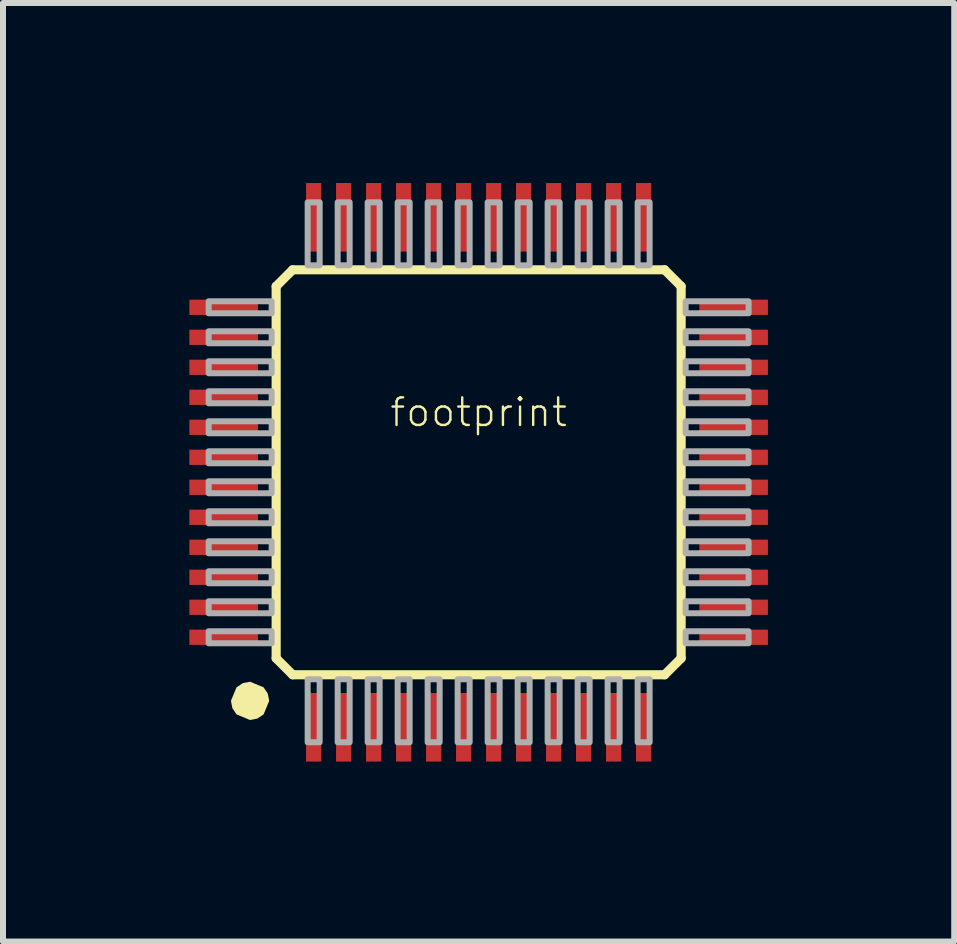
<source format=kicad_pcb>
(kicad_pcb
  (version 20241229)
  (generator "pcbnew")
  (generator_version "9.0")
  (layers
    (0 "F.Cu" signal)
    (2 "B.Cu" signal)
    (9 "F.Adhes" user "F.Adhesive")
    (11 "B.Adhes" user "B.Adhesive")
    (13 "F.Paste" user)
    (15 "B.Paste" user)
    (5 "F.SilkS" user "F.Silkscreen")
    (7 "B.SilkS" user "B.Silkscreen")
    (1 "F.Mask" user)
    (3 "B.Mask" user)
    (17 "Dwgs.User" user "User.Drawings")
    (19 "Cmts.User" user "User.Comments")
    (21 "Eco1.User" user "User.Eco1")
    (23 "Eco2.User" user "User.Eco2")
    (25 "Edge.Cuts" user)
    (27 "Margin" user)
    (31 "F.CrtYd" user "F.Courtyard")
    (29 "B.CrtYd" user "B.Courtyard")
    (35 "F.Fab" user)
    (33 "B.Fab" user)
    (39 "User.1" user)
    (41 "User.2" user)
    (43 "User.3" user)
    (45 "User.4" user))
  (footprint "footprint"
    (layer "F.Cu")
    (at 4.928 4.822)
    (property "Reference" "footprint" (at 0 -1 0) (layer "F.SilkS") (effects (font (size 0.46 0.46) (thickness 0.04))))
    (fp_line (start -3.375 -3.1) (end -3.1 -3.375) (stroke (width 0.152) (type solid)) (layer "F.SilkS"))
    (fp_line (start -3.375 3.1) (end -3.375 -3.1) (stroke (width 0.152) (type solid)) (layer "F.SilkS"))
    (fp_line (start -3.1 -3.375) (end 3.1 -3.375) (stroke (width 0.152) (type solid)) (layer "F.SilkS"))
    (fp_line (start -3.1 3.375) (end -3.375 3.1) (stroke (width 0.152) (type solid)) (layer "F.SilkS"))
    (fp_line (start 3.1 -3.375) (end 3.375 -3.1) (stroke (width 0.152) (type solid)) (layer "F.SilkS"))
    (fp_line (start 3.1 3.375) (end -3.1 3.375) (stroke (width 0.152) (type solid)) (layer "F.SilkS"))
    (fp_line (start 3.375 -3.1) (end 3.375 3.1) (stroke (width 0.152) (type solid)) (layer "F.SilkS"))
    (fp_line (start 3.375 3.1) (end 3.1 3.375) (stroke (width 0.152) (type solid)) (layer "F.SilkS"))
    (fp_poly (pts (xy -3.585 3.584) (xy -3.515 3.688) (xy -3.491 3.81) (xy -3.584 4.035) (xy -3.688 4.105) (xy -3.81 4.129) (xy -4.035 4.036) (xy -4.105 3.932) (xy -4.129 3.81) (xy -4.036 3.585) (xy -3.932 3.515) (xy -3.81 3.491)) (stroke (width 0) (type solid)) (fill yes) (layer "F.SilkS"))
    (fp_poly (pts (xy -4.5 -2.65) (xy -3.45 -2.65) (xy -3.45 -2.85) (xy -4.5 -2.85)) (stroke (width 0.1) (type solid)) (fill no) (layer "F.Fab"))
    (fp_poly (pts (xy -4.5 -2.15) (xy -3.45 -2.15) (xy -3.45 -2.35) (xy -4.5 -2.35)) (stroke (width 0.1) (type solid)) (fill no) (layer "F.Fab"))
    (fp_poly (pts (xy -4.5 -1.65) (xy -3.45 -1.65) (xy -3.45 -1.85) (xy -4.5 -1.85)) (stroke (width 0.1) (type solid)) (fill no) (layer "F.Fab"))
    (fp_poly (pts (xy -4.5 -1.15) (xy -3.45 -1.15) (xy -3.45 -1.35) (xy -4.5 -1.35)) (stroke (width 0.1) (type solid)) (fill no) (layer "F.Fab"))
    (fp_poly (pts (xy -4.5 -0.65) (xy -3.45 -0.65) (xy -3.45 -0.85) (xy -4.5 -0.85)) (stroke (width 0.1) (type solid)) (fill no) (layer "F.Fab"))
    (fp_poly (pts (xy -4.5 -0.15) (xy -3.45 -0.15) (xy -3.45 -0.35) (xy -4.5 -0.35)) (stroke (width 0.1) (type solid)) (fill no) (layer "F.Fab"))
    (fp_poly (pts (xy -4.5 0.35) (xy -3.45 0.35) (xy -3.45 0.15) (xy -4.5 0.15)) (stroke (width 0.1) (type solid)) (fill no) (layer "F.Fab"))
    (fp_poly (pts (xy -4.5 0.85) (xy -3.45 0.85) (xy -3.45 0.65) (xy -4.5 0.65)) (stroke (width 0.1) (type solid)) (fill no) (layer "F.Fab"))
    (fp_poly (pts (xy -4.5 1.35) (xy -3.45 1.35) (xy -3.45 1.15) (xy -4.5 1.15)) (stroke (width 0.1) (type solid)) (fill no) (layer "F.Fab"))
    (fp_poly (pts (xy -4.5 1.85) (xy -3.45 1.85) (xy -3.45 1.65) (xy -4.5 1.65)) (stroke (width 0.1) (type solid)) (fill no) (layer "F.Fab"))
    (fp_poly (pts (xy -4.5 2.35) (xy -3.45 2.35) (xy -3.45 2.15) (xy -4.5 2.15)) (stroke (width 0.1) (type solid)) (fill no) (layer "F.Fab"))
    (fp_poly (pts (xy -4.5 2.85) (xy -3.45 2.85) (xy -3.45 2.65) (xy -4.5 2.65)) (stroke (width 0.1) (type solid)) (fill no) (layer "F.Fab"))
    (fp_poly (pts (xy -2.85 -3.45) (xy -2.65 -3.45) (xy -2.65 -4.5) (xy -2.85 -4.5)) (stroke (width 0.1) (type solid)) (fill no) (layer "F.Fab"))
    (fp_poly (pts (xy -2.85 4.5) (xy -2.65 4.5) (xy -2.65 3.45) (xy -2.85 3.45)) (stroke (width 0.1) (type solid)) (fill no) (layer "F.Fab"))
    (fp_poly (pts (xy -2.35 -3.45) (xy -2.15 -3.45) (xy -2.15 -4.5) (xy -2.35 -4.5)) (stroke (width 0.1) (type solid)) (fill no) (layer "F.Fab"))
    (fp_poly (pts (xy -2.35 4.5) (xy -2.15 4.5) (xy -2.15 3.45) (xy -2.35 3.45)) (stroke (width 0.1) (type solid)) (fill no) (layer "F.Fab"))
    (fp_poly (pts (xy -1.85 -3.45) (xy -1.65 -3.45) (xy -1.65 -4.5) (xy -1.85 -4.5)) (stroke (width 0.1) (type solid)) (fill no) (layer "F.Fab"))
    (fp_poly (pts (xy -1.85 4.5) (xy -1.65 4.5) (xy -1.65 3.45) (xy -1.85 3.45)) (stroke (width 0.1) (type solid)) (fill no) (layer "F.Fab"))
    (fp_poly (pts (xy -1.35 -3.45) (xy -1.15 -3.45) (xy -1.15 -4.5) (xy -1.35 -4.5)) (stroke (width 0.1) (type solid)) (fill no) (layer "F.Fab"))
    (fp_poly (pts (xy -1.35 4.5) (xy -1.15 4.5) (xy -1.15 3.45) (xy -1.35 3.45)) (stroke (width 0.1) (type solid)) (fill no) (layer "F.Fab"))
    (fp_poly (pts (xy -0.85 -3.45) (xy -0.65 -3.45) (xy -0.65 -4.5) (xy -0.85 -4.5)) (stroke (width 0.1) (type solid)) (fill no) (layer "F.Fab"))
    (fp_poly (pts (xy -0.85 4.5) (xy -0.65 4.5) (xy -0.65 3.45) (xy -0.85 3.45)) (stroke (width 0.1) (type solid)) (fill no) (layer "F.Fab"))
    (fp_poly (pts (xy -0.35 -3.45) (xy -0.15 -3.45) (xy -0.15 -4.5) (xy -0.35 -4.5)) (stroke (width 0.1) (type solid)) (fill no) (layer "F.Fab"))
    (fp_poly (pts (xy -0.35 4.5) (xy -0.15 4.5) (xy -0.15 3.45) (xy -0.35 3.45)) (stroke (width 0.1) (type solid)) (fill no) (layer "F.Fab"))
    (fp_poly (pts (xy 0.15 -3.45) (xy 0.35 -3.45) (xy 0.35 -4.5) (xy 0.15 -4.5)) (stroke (width 0.1) (type solid)) (fill no) (layer "F.Fab"))
    (fp_poly (pts (xy 0.15 4.5) (xy 0.35 4.5) (xy 0.35 3.45) (xy 0.15 3.45)) (stroke (width 0.1) (type solid)) (fill no) (layer "F.Fab"))
    (fp_poly (pts (xy 0.65 -3.45) (xy 0.85 -3.45) (xy 0.85 -4.5) (xy 0.65 -4.5)) (stroke (width 0.1) (type solid)) (fill no) (layer "F.Fab"))
    (fp_poly (pts (xy 0.65 4.5) (xy 0.85 4.5) (xy 0.85 3.45) (xy 0.65 3.45)) (stroke (width 0.1) (type solid)) (fill no) (layer "F.Fab"))
    (fp_poly (pts (xy 1.15 -3.45) (xy 1.35 -3.45) (xy 1.35 -4.5) (xy 1.15 -4.5)) (stroke (width 0.1) (type solid)) (fill no) (layer "F.Fab"))
    (fp_poly (pts (xy 1.15 4.5) (xy 1.35 4.5) (xy 1.35 3.45) (xy 1.15 3.45)) (stroke (width 0.1) (type solid)) (fill no) (layer "F.Fab"))
    (fp_poly (pts (xy 1.65 -3.45) (xy 1.85 -3.45) (xy 1.85 -4.5) (xy 1.65 -4.5)) (stroke (width 0.1) (type solid)) (fill no) (layer "F.Fab"))
    (fp_poly (pts (xy 1.65 4.5) (xy 1.85 4.5) (xy 1.85 3.45) (xy 1.65 3.45)) (stroke (width 0.1) (type solid)) (fill no) (layer "F.Fab"))
    (fp_poly (pts (xy 2.15 -3.45) (xy 2.35 -3.45) (xy 2.35 -4.5) (xy 2.15 -4.5)) (stroke (width 0.1) (type solid)) (fill no) (layer "F.Fab"))
    (fp_poly (pts (xy 2.15 4.5) (xy 2.35 4.5) (xy 2.35 3.45) (xy 2.15 3.45)) (stroke (width 0.1) (type solid)) (fill no) (layer "F.Fab"))
    (fp_poly (pts (xy 2.65 -3.45) (xy 2.85 -3.45) (xy 2.85 -4.5) (xy 2.65 -4.5)) (stroke (width 0.1) (type solid)) (fill no) (layer "F.Fab"))
    (fp_poly (pts (xy 2.65 4.5) (xy 2.85 4.5) (xy 2.85 3.45) (xy 2.65 3.45)) (stroke (width 0.1) (type solid)) (fill no) (layer "F.Fab"))
    (fp_poly (pts (xy 3.45 -2.65) (xy 4.5 -2.65) (xy 4.5 -2.85) (xy 3.45 -2.85)) (stroke (width 0.1) (type solid)) (fill no) (layer "F.Fab"))
    (fp_poly (pts (xy 3.45 -2.15) (xy 4.5 -2.15) (xy 4.5 -2.35) (xy 3.45 -2.35)) (stroke (width 0.1) (type solid)) (fill no) (layer "F.Fab"))
    (fp_poly (pts (xy 3.45 -1.65) (xy 4.5 -1.65) (xy 4.5 -1.85) (xy 3.45 -1.85)) (stroke (width 0.1) (type solid)) (fill no) (layer "F.Fab"))
    (fp_poly (pts (xy 3.45 -1.15) (xy 4.5 -1.15) (xy 4.5 -1.35) (xy 3.45 -1.35)) (stroke (width 0.1) (type solid)) (fill no) (layer "F.Fab"))
    (fp_poly (pts (xy 3.45 -0.65) (xy 4.5 -0.65) (xy 4.5 -0.85) (xy 3.45 -0.85)) (stroke (width 0.1) (type solid)) (fill no) (layer "F.Fab"))
    (fp_poly (pts (xy 3.45 -0.15) (xy 4.5 -0.15) (xy 4.5 -0.35) (xy 3.45 -0.35)) (stroke (width 0.1) (type solid)) (fill no) (layer "F.Fab"))
    (fp_poly (pts (xy 3.45 0.35) (xy 4.5 0.35) (xy 4.5 0.15) (xy 3.45 0.15)) (stroke (width 0.1) (type solid)) (fill no) (layer "F.Fab"))
    (fp_poly (pts (xy 3.45 0.85) (xy 4.5 0.85) (xy 4.5 0.65) (xy 3.45 0.65)) (stroke (width 0.1) (type solid)) (fill no) (layer "F.Fab"))
    (fp_poly (pts (xy 3.45 1.35) (xy 4.5 1.35) (xy 4.5 1.15) (xy 3.45 1.15)) (stroke (width 0.1) (type solid)) (fill no) (layer "F.Fab"))
    (fp_poly (pts (xy 3.45 1.85) (xy 4.5 1.85) (xy 4.5 1.65) (xy 3.45 1.65)) (stroke (width 0.1) (type solid)) (fill no) (layer "F.Fab"))
    (fp_poly (pts (xy 3.45 2.35) (xy 4.5 2.35) (xy 4.5 2.15) (xy 3.45 2.15)) (stroke (width 0.1) (type solid)) (fill no) (layer "F.Fab"))
    (fp_poly (pts (xy 3.45 2.85) (xy 4.5 2.85) (xy 4.5 2.65) (xy 3.45 2.65)) (stroke (width 0.1) (type solid)) (fill no) (layer "F.Fab"))
    (pad "1" smd rect (at -2.75 4.25) (size 0.254 1.143) (layers "F.Cu" "F.Mask" "F.Paste"))
    (pad "2" smd rect (at -2.25 4.25) (size 0.254 1.143) (layers "F.Cu" "F.Mask" "F.Paste"))
    (pad "3" smd rect (at -1.75 4.25) (size 0.254 1.143) (layers "F.Cu" "F.Mask" "F.Paste"))
    (pad "4" smd rect (at -1.25 4.25) (size 0.254 1.143) (layers "F.Cu" "F.Mask" "F.Paste"))
    (pad "5" smd rect (at -0.75 4.25) (size 0.254 1.143) (layers "F.Cu" "F.Mask" "F.Paste"))
    (pad "6" smd rect (at -0.25 4.25) (size 0.254 1.143) (layers "F.Cu" "F.Mask" "F.Paste"))
    (pad "7" smd rect (at 0.25 4.25) (size 0.254 1.143) (layers "F.Cu" "F.Mask" "F.Paste"))
    (pad "8" smd rect (at 0.75 4.25) (size 0.254 1.143) (layers "F.Cu" "F.Mask" "F.Paste"))
    (pad "9" smd rect (at 1.25 4.25) (size 0.254 1.143) (layers "F.Cu" "F.Mask" "F.Paste"))
    (pad "10" smd rect (at 1.75 4.25) (size 0.254 1.143) (layers "F.Cu" "F.Mask" "F.Paste"))
    (pad "11" smd rect (at 2.25 4.25) (size 0.254 1.143) (layers "F.Cu" "F.Mask" "F.Paste"))
    (pad "12" smd rect (at 2.75 4.25) (size 0.254 1.143) (layers "F.Cu" "F.Mask" "F.Paste"))
    (pad "13" smd rect (at 4.25 2.75) (size 1.143 0.254) (layers "F.Cu" "F.Mask" "F.Paste"))
    (pad "14" smd rect (at 4.25 2.25) (size 1.143 0.254) (layers "F.Cu" "F.Mask" "F.Paste"))
    (pad "15" smd rect (at 4.25 1.75) (size 1.143 0.254) (layers "F.Cu" "F.Mask" "F.Paste"))
    (pad "16" smd rect (at 4.25 1.25) (size 1.143 0.254) (layers "F.Cu" "F.Mask" "F.Paste"))
    (pad "17" smd rect (at 4.25 0.75) (size 1.143 0.254) (layers "F.Cu" "F.Mask" "F.Paste"))
    (pad "18" smd rect (at 4.25 0.25) (size 1.143 0.254) (layers "F.Cu" "F.Mask" "F.Paste"))
    (pad "19" smd rect (at 4.25 -0.25) (size 1.143 0.254) (layers "F.Cu" "F.Mask" "F.Paste"))
    (pad "20" smd rect (at 4.25 -0.75) (size 1.143 0.254) (layers "F.Cu" "F.Mask" "F.Paste"))
    (pad "21" smd rect (at 4.25 -1.25) (size 1.143 0.254) (layers "F.Cu" "F.Mask" "F.Paste"))
    (pad "22" smd rect (at 4.25 -1.75) (size 1.143 0.254) (layers "F.Cu" "F.Mask" "F.Paste"))
    (pad "23" smd rect (at 4.25 -2.25) (size 1.143 0.254) (layers "F.Cu" "F.Mask" "F.Paste"))
    (pad "24" smd rect (at 4.25 -2.75) (size 1.143 0.254) (layers "F.Cu" "F.Mask" "F.Paste"))
    (pad "25" smd rect (at 2.75 -4.25) (size 0.254 1.143) (layers "F.Cu" "F.Mask" "F.Paste"))
    (pad "26" smd rect (at 2.25 -4.25) (size 0.254 1.143) (layers "F.Cu" "F.Mask" "F.Paste"))
    (pad "27" smd rect (at 1.75 -4.25) (size 0.254 1.143) (layers "F.Cu" "F.Mask" "F.Paste"))
    (pad "28" smd rect (at 1.25 -4.25) (size 0.254 1.143) (layers "F.Cu" "F.Mask" "F.Paste"))
    (pad "29" smd rect (at 0.75 -4.25) (size 0.254 1.143) (layers "F.Cu" "F.Mask" "F.Paste"))
    (pad "30" smd rect (at 0.25 -4.25) (size 0.254 1.143) (layers "F.Cu" "F.Mask" "F.Paste"))
    (pad "31" smd rect (at -0.25 -4.25) (size 0.254 1.143) (layers "F.Cu" "F.Mask" "F.Paste"))
    (pad "32" smd rect (at -0.75 -4.25) (size 0.254 1.143) (layers "F.Cu" "F.Mask" "F.Paste"))
    (pad "33" smd rect (at -1.25 -4.25) (size 0.254 1.143) (layers "F.Cu" "F.Mask" "F.Paste"))
    (pad "34" smd rect (at -1.75 -4.25) (size 0.254 1.143) (layers "F.Cu" "F.Mask" "F.Paste"))
    (pad "35" smd rect (at -2.25 -4.25) (size 0.254 1.143) (layers "F.Cu" "F.Mask" "F.Paste"))
    (pad "36" smd rect (at -2.75 -4.25) (size 0.254 1.143) (layers "F.Cu" "F.Mask" "F.Paste"))
    (pad "37" smd rect (at -4.25 -2.75) (size 1.143 0.254) (layers "F.Cu" "F.Mask" "F.Paste"))
    (pad "38" smd rect (at -4.25 -2.25) (size 1.143 0.254) (layers "F.Cu" "F.Mask" "F.Paste"))
    (pad "39" smd rect (at -4.25 -1.75) (size 1.143 0.254) (layers "F.Cu" "F.Mask" "F.Paste"))
    (pad "40" smd rect (at -4.25 -1.25) (size 1.143 0.254) (layers "F.Cu" "F.Mask" "F.Paste"))
    (pad "41" smd rect (at -4.25 -0.75) (size 1.143 0.254) (layers "F.Cu" "F.Mask" "F.Paste"))
    (pad "42" smd rect (at -4.25 -0.25) (size 1.143 0.254) (layers "F.Cu" "F.Mask" "F.Paste"))
    (pad "43" smd rect (at -4.25 0.25) (size 1.143 0.254) (layers "F.Cu" "F.Mask" "F.Paste"))
    (pad "44" smd rect (at -4.25 0.75) (size 1.143 0.254) (layers "F.Cu" "F.Mask" "F.Paste"))
    (pad "45" smd rect (at -4.25 1.25) (size 1.143 0.254) (layers "F.Cu" "F.Mask" "F.Paste"))
    (pad "46" smd rect (at -4.25 1.75) (size 1.143 0.254) (layers "F.Cu" "F.Mask" "F.Paste"))
    (pad "47" smd rect (at -4.25 2.25) (size 1.143 0.254) (layers "F.Cu" "F.Mask" "F.Paste"))
    (pad "48" smd rect (at -4.25 2.75) (size 1.143 0.254) (layers "F.Cu" "F.Mask" "F.Paste"))
    (zone (net_name "") (layer "F.Cu") (hatch edge 0.508) (connect_pads) (min_thickness 0.254) (filled_areas_thickness no) (keepout (tracks not_allowed) (vias not_allowed) (pads not_allowed) (copperpour not_allowed) (footprints allowed)) (placement (enabled no)) (fill) (polygon (pts (xy 0 3.856) (xy 1.372 3.856) (xy 1.372 3.805) (xy 0 3.805))))
    (zone (net_name "") (layer "F.Cu") (hatch edge 0.508) (connect_pads) (min_thickness 0.254) (filled_areas_thickness no) (keepout (tracks not_allowed) (vias not_allowed) (pads not_allowed) (copperpour not_allowed) (footprints allowed)) (placement (enabled no)) (fill) (polygon (pts (xy 8.509 3.348) (xy 9.855 3.348) (xy 9.855 3.297) (xy 8.509 3.297))))
    (zone (net_name "") (layer "F.Cu") (hatch edge 0.508) (connect_pads) (min_thickness 0.254) (filled_areas_thickness no) (keepout (tracks not_allowed) (vias not_allowed) (pads not_allowed) (copperpour not_allowed) (footprints allowed)) (placement (enabled no)) (fill) (polygon (pts (xy 8.509 3.856) (xy 9.855 3.856) (xy 9.855 3.805) (xy 8.509 3.805)))))
  (gr_rect
    (start -3 -3)
    (end 12.855 12.643)
    (stroke (width 0.1) (type default))
    (fill no)
    (layer "Edge.Cuts")))
</source>
